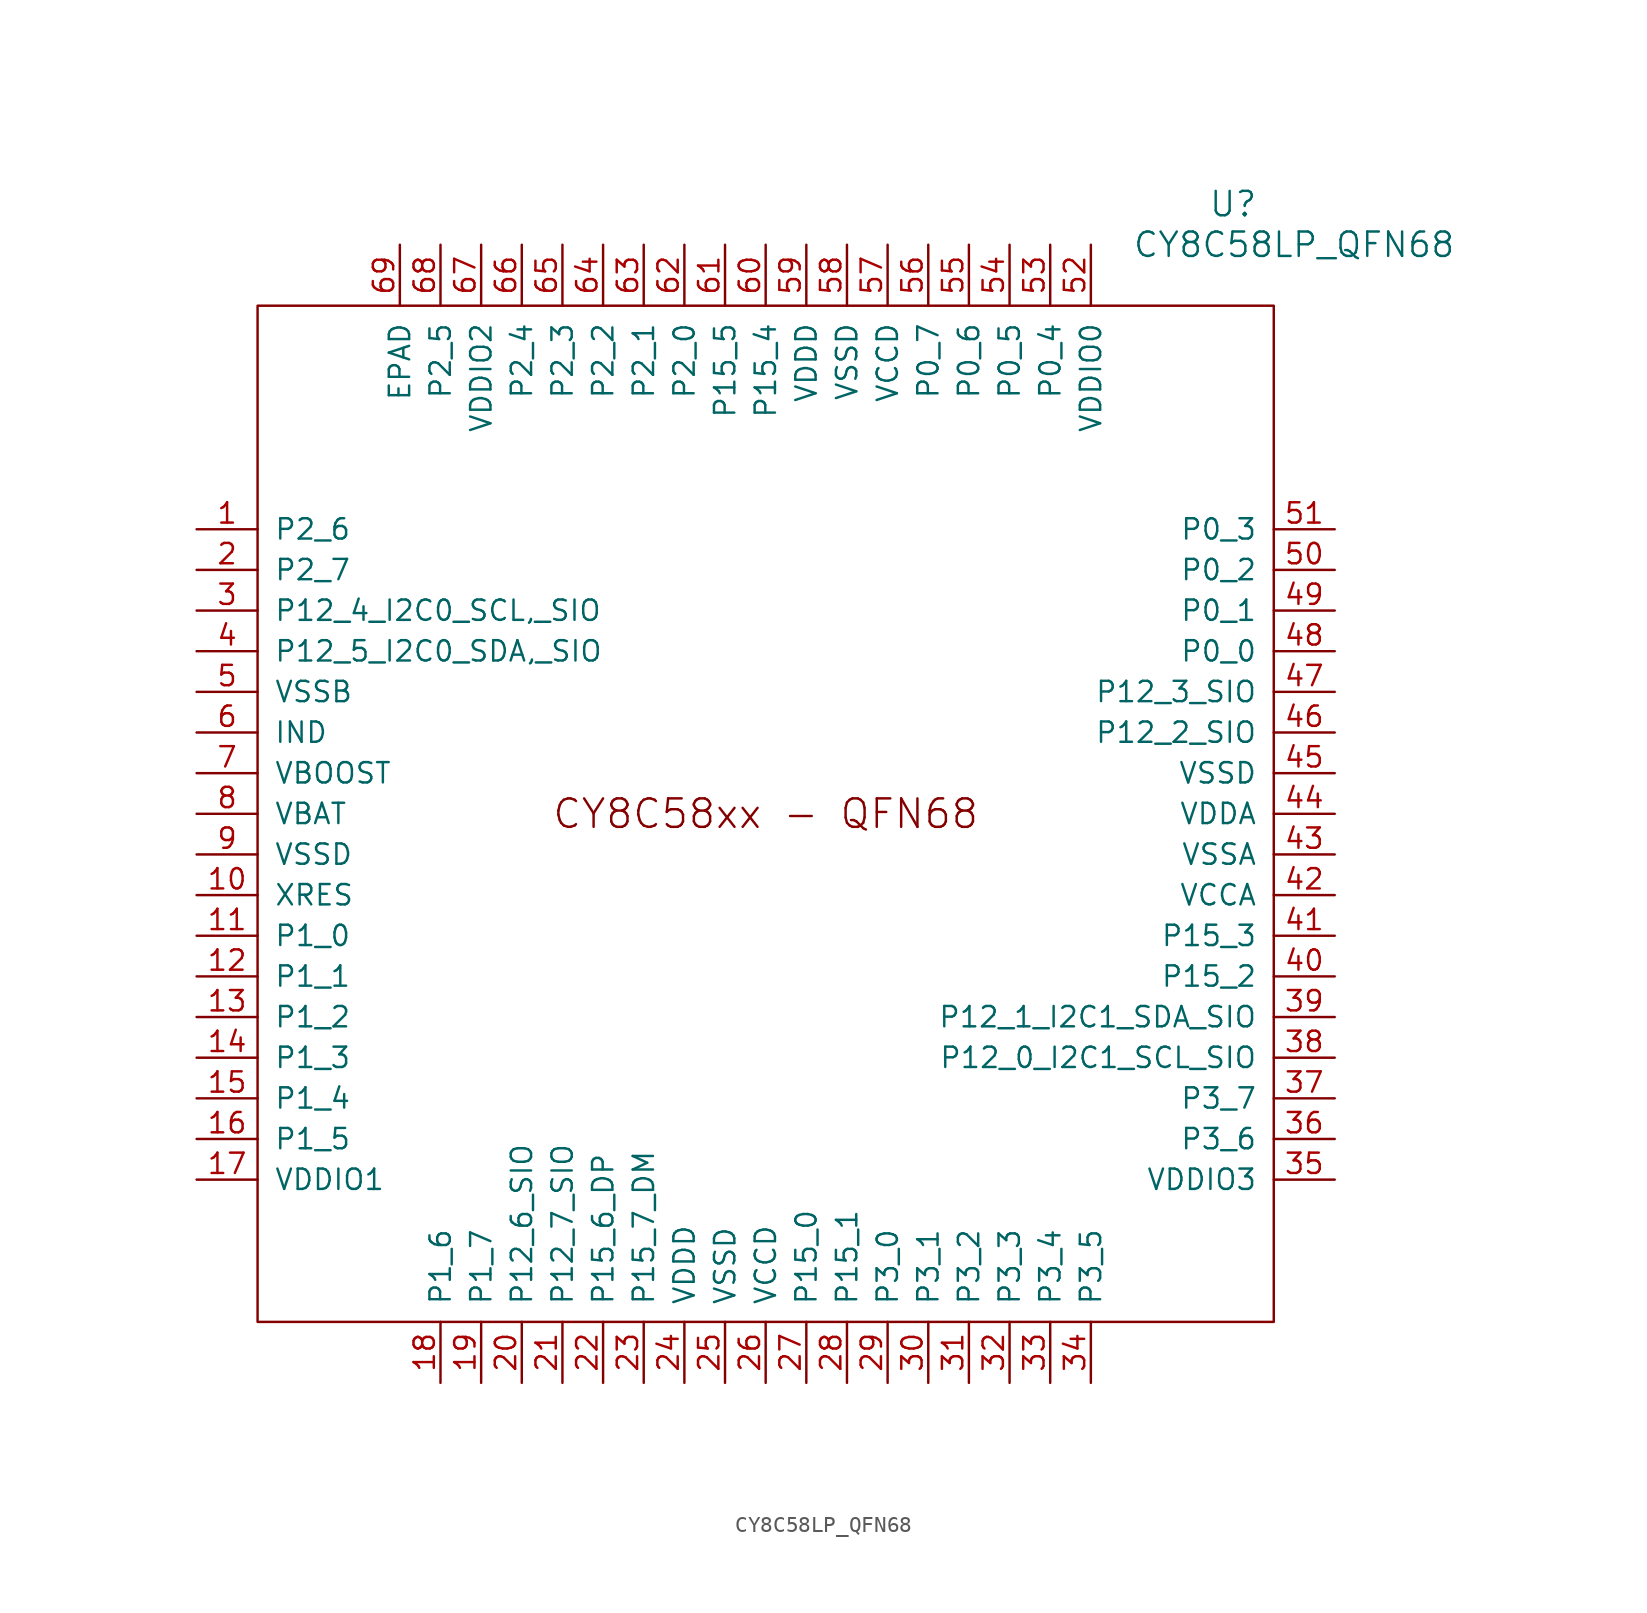
<source format=kicad_sym>
(kicad_symbol_lib
  (version 20220914)
  (generator kicad_symbol_editor)
  (symbol "CY8C58LP_QFN68"
    (pin_names
      (offset 1.016))
    (property "Reference" "U"
      (at 29.21 38.1 0)
      (effects (font (size 1.524 1.524))))
    (property "Value" "CY8C58LP_QFN68"
      (at 33.02 35.56 0)
      (effects (font (size 1.524 1.524))))
    (symbol "CY8C58LP_QFN68_0_0"
      (text "CY8C58xx - QFN68" (at 0 0 0) (effects (font (size 1.778 1.778)))))
    (symbol "CY8C58LP_QFN68_0_1"
      (rectangle (start -31.75 31.75) (end 31.75 -31.75) (stroke (width 0) (type default)) (fill (type none))))
    (symbol "CY8C58LP_QFN68_1_1"
      (pin input line (at -35.56 17.78 0) (length 3.81) (name "P2_6" (effects (font (size 1.27 1.27)))) (number "1" (effects (font (size 1.27 1.27)))))
      (pin input line (at -35.56 -5.08 0) (length 3.81) (name "XRES" (effects (font (size 1.27 1.27)))) (number "10" (effects (font (size 1.27 1.27)))))
      (pin input line (at -35.56 -7.62 0) (length 3.81) (name "P1_0" (effects (font (size 1.27 1.27)))) (number "11" (effects (font (size 1.27 1.27)))))
      (pin input line (at -35.56 -10.16 0) (length 3.81) (name "P1_1" (effects (font (size 1.27 1.27)))) (number "12" (effects (font (size 1.27 1.27)))))
      (pin input line (at -35.56 -12.7 0) (length 3.81) (name "P1_2" (effects (font (size 1.27 1.27)))) (number "13" (effects (font (size 1.27 1.27)))))
      (pin input line (at -35.56 -15.24 0) (length 3.81) (name "P1_3" (effects (font (size 1.27 1.27)))) (number "14" (effects (font (size 1.27 1.27)))))
      (pin input line (at -35.56 -17.78 0) (length 3.81) (name "P1_4" (effects (font (size 1.27 1.27)))) (number "15" (effects (font (size 1.27 1.27)))))
      (pin input line (at -35.56 -20.32 0) (length 3.81) (name "P1_5" (effects (font (size 1.27 1.27)))) (number "16" (effects (font (size 1.27 1.27)))))
      (pin input line (at -35.56 -22.86 0) (length 3.81) (name "VDDIO1" (effects (font (size 1.27 1.27)))) (number "17" (effects (font (size 1.27 1.27)))))
      (pin input line (at -20.32 -35.56 90) (length 3.81) (name "P1_6" (effects (font (size 1.27 1.27)))) (number "18" (effects (font (size 1.27 1.27)))))
      (pin input line (at -17.78 -35.56 90) (length 3.81) (name "P1_7" (effects (font (size 1.27 1.27)))) (number "19" (effects (font (size 1.27 1.27)))))
      (pin input line (at -35.56 15.24 0) (length 3.81) (name "P2_7" (effects (font (size 1.27 1.27)))) (number "2" (effects (font (size 1.27 1.27)))))
      (pin input line (at -15.24 -35.56 90) (length 3.81) (name "P12_6_SIO" (effects (font (size 1.27 1.27)))) (number "20" (effects (font (size 1.27 1.27)))))
      (pin input line (at -12.7 -35.56 90) (length 3.81) (name "P12_7_SIO" (effects (font (size 1.27 1.27)))) (number "21" (effects (font (size 1.27 1.27)))))
      (pin input line (at -10.16 -35.56 90) (length 3.81) (name "P15_6_DP" (effects (font (size 1.27 1.27)))) (number "22" (effects (font (size 1.27 1.27)))))
      (pin input line (at -7.62 -35.56 90) (length 3.81) (name "P15_7_DM" (effects (font (size 1.27 1.27)))) (number "23" (effects (font (size 1.27 1.27)))))
      (pin input line (at -5.08 -35.56 90) (length 3.81) (name "VDDD" (effects (font (size 1.27 1.27)))) (number "24" (effects (font (size 1.27 1.27)))))
      (pin input line (at -2.54 -35.56 90) (length 3.81) (name "VSSD" (effects (font (size 1.27 1.27)))) (number "25" (effects (font (size 1.27 1.27)))))
      (pin input line (at 0 -35.56 90) (length 3.81) (name "VCCD" (effects (font (size 1.27 1.27)))) (number "26" (effects (font (size 1.27 1.27)))))
      (pin input line (at 2.54 -35.56 90) (length 3.81) (name "P15_0" (effects (font (size 1.27 1.27)))) (number "27" (effects (font (size 1.27 1.27)))))
      (pin input line (at 5.08 -35.56 90) (length 3.81) (name "P15_1" (effects (font (size 1.27 1.27)))) (number "28" (effects (font (size 1.27 1.27)))))
      (pin input line (at 7.62 -35.56 90) (length 3.81) (name "P3_0" (effects (font (size 1.27 1.27)))) (number "29" (effects (font (size 1.27 1.27)))))
      (pin input line (at -35.56 12.7 0) (length 3.81) (name "P12_4_I2C0_SCL,_SIO" (effects (font (size 1.27 1.27)))) (number "3" (effects (font (size 1.27 1.27)))))
      (pin input line (at 10.16 -35.56 90) (length 3.81) (name "P3_1" (effects (font (size 1.27 1.27)))) (number "30" (effects (font (size 1.27 1.27)))))
      (pin input line (at 12.7 -35.56 90) (length 3.81) (name "P3_2" (effects (font (size 1.27 1.27)))) (number "31" (effects (font (size 1.27 1.27)))))
      (pin input line (at 15.24 -35.56 90) (length 3.81) (name "P3_3" (effects (font (size 1.27 1.27)))) (number "32" (effects (font (size 1.27 1.27)))))
      (pin input line (at 17.78 -35.56 90) (length 3.81) (name "P3_4" (effects (font (size 1.27 1.27)))) (number "33" (effects (font (size 1.27 1.27)))))
      (pin input line (at 20.32 -35.56 90) (length 3.81) (name "P3_5" (effects (font (size 1.27 1.27)))) (number "34" (effects (font (size 1.27 1.27)))))
      (pin input line (at 35.56 -22.86 180) (length 3.81) (name "VDDIO3" (effects (font (size 1.27 1.27)))) (number "35" (effects (font (size 1.27 1.27)))))
      (pin input line (at 35.56 -20.32 180) (length 3.81) (name "P3_6" (effects (font (size 1.27 1.27)))) (number "36" (effects (font (size 1.27 1.27)))))
      (pin input line (at 35.56 -17.78 180) (length 3.81) (name "P3_7" (effects (font (size 1.27 1.27)))) (number "37" (effects (font (size 1.27 1.27)))))
      (pin input line (at 35.56 -15.24 180) (length 3.81) (name "P12_0_I2C1_SCL_SIO" (effects (font (size 1.27 1.27)))) (number "38" (effects (font (size 1.27 1.27)))))
      (pin input line (at 35.56 -12.7 180) (length 3.81) (name "P12_1_I2C1_SDA_SIO" (effects (font (size 1.27 1.27)))) (number "39" (effects (font (size 1.27 1.27)))))
      (pin input line (at -35.56 10.16 0) (length 3.81) (name "P12_5_I2C0_SDA,_SIO" (effects (font (size 1.27 1.27)))) (number "4" (effects (font (size 1.27 1.27)))))
      (pin input line (at 35.56 -10.16 180) (length 3.81) (name "P15_2" (effects (font (size 1.27 1.27)))) (number "40" (effects (font (size 1.27 1.27)))))
      (pin input line (at 35.56 -7.62 180) (length 3.81) (name "P15_3" (effects (font (size 1.27 1.27)))) (number "41" (effects (font (size 1.27 1.27)))))
      (pin input line (at 35.56 -5.08 180) (length 3.81) (name "VCCA" (effects (font (size 1.27 1.27)))) (number "42" (effects (font (size 1.27 1.27)))))
      (pin input line (at 35.56 -2.54 180) (length 3.81) (name "VSSA" (effects (font (size 1.27 1.27)))) (number "43" (effects (font (size 1.27 1.27)))))
      (pin input line (at 35.56 0 180) (length 3.81) (name "VDDA" (effects (font (size 1.27 1.27)))) (number "44" (effects (font (size 1.27 1.27)))))
      (pin input line (at 35.56 2.54 180) (length 3.81) (name "VSSD" (effects (font (size 1.27 1.27)))) (number "45" (effects (font (size 1.27 1.27)))))
      (pin input line (at 35.56 5.08 180) (length 3.81) (name "P12_2_SIO" (effects (font (size 1.27 1.27)))) (number "46" (effects (font (size 1.27 1.27)))))
      (pin input line (at 35.56 7.62 180) (length 3.81) (name "P12_3_SIO" (effects (font (size 1.27 1.27)))) (number "47" (effects (font (size 1.27 1.27)))))
      (pin input line (at 35.56 10.16 180) (length 3.81) (name "P0_0" (effects (font (size 1.27 1.27)))) (number "48" (effects (font (size 1.27 1.27)))))
      (pin input line (at 35.56 12.7 180) (length 3.81) (name "P0_1" (effects (font (size 1.27 1.27)))) (number "49" (effects (font (size 1.27 1.27)))))
      (pin input line (at -35.56 7.62 0) (length 3.81) (name "VSSB" (effects (font (size 1.27 1.27)))) (number "5" (effects (font (size 1.27 1.27)))))
      (pin input line (at 35.56 15.24 180) (length 3.81) (name "P0_2" (effects (font (size 1.27 1.27)))) (number "50" (effects (font (size 1.27 1.27)))))
      (pin input line (at 35.56 17.78 180) (length 3.81) (name "P0_3" (effects (font (size 1.27 1.27)))) (number "51" (effects (font (size 1.27 1.27)))))
      (pin input line (at 20.32 35.56 270) (length 3.81) (name "VDDIO0" (effects (font (size 1.27 1.27)))) (number "52" (effects (font (size 1.27 1.27)))))
      (pin input line (at 17.78 35.56 270) (length 3.81) (name "P0_4" (effects (font (size 1.27 1.27)))) (number "53" (effects (font (size 1.27 1.27)))))
      (pin input line (at 15.24 35.56 270) (length 3.81) (name "P0_5" (effects (font (size 1.27 1.27)))) (number "54" (effects (font (size 1.27 1.27)))))
      (pin input line (at 12.7 35.56 270) (length 3.81) (name "P0_6" (effects (font (size 1.27 1.27)))) (number "55" (effects (font (size 1.27 1.27)))))
      (pin input line (at 10.16 35.56 270) (length 3.81) (name "P0_7" (effects (font (size 1.27 1.27)))) (number "56" (effects (font (size 1.27 1.27)))))
      (pin input line (at 7.62 35.56 270) (length 3.81) (name "VCCD" (effects (font (size 1.27 1.27)))) (number "57" (effects (font (size 1.27 1.27)))))
      (pin input line (at 5.08 35.56 270) (length 3.81) (name "VSSD" (effects (font (size 1.27 1.27)))) (number "58" (effects (font (size 1.27 1.27)))))
      (pin input line (at 2.54 35.56 270) (length 3.81) (name "VDDD" (effects (font (size 1.27 1.27)))) (number "59" (effects (font (size 1.27 1.27)))))
      (pin input line (at -35.56 5.08 0) (length 3.81) (name "IND" (effects (font (size 1.27 1.27)))) (number "6" (effects (font (size 1.27 1.27)))))
      (pin input line (at 0 35.56 270) (length 3.81) (name "P15_4" (effects (font (size 1.27 1.27)))) (number "60" (effects (font (size 1.27 1.27)))))
      (pin input line (at -2.54 35.56 270) (length 3.81) (name "P15_5" (effects (font (size 1.27 1.27)))) (number "61" (effects (font (size 1.27 1.27)))))
      (pin input line (at -5.08 35.56 270) (length 3.81) (name "P2_0" (effects (font (size 1.27 1.27)))) (number "62" (effects (font (size 1.27 1.27)))))
      (pin input line (at -7.62 35.56 270) (length 3.81) (name "P2_1" (effects (font (size 1.27 1.27)))) (number "63" (effects (font (size 1.27 1.27)))))
      (pin input line (at -10.16 35.56 270) (length 3.81) (name "P2_2" (effects (font (size 1.27 1.27)))) (number "64" (effects (font (size 1.27 1.27)))))
      (pin input line (at -12.7 35.56 270) (length 3.81) (name "P2_3" (effects (font (size 1.27 1.27)))) (number "65" (effects (font (size 1.27 1.27)))))
      (pin input line (at -15.24 35.56 270) (length 3.81) (name "P2_4" (effects (font (size 1.27 1.27)))) (number "66" (effects (font (size 1.27 1.27)))))
      (pin input line (at -17.78 35.56 270) (length 3.81) (name "VDDIO2" (effects (font (size 1.27 1.27)))) (number "67" (effects (font (size 1.27 1.27)))))
      (pin input line (at -20.32 35.56 270) (length 3.81) (name "P2_5" (effects (font (size 1.27 1.27)))) (number "68" (effects (font (size 1.27 1.27)))))
      (pin input line (at -22.86 35.56 270) (length 3.81) (name "EPAD" (effects (font (size 1.27 1.27)))) (number "69" (effects (font (size 1.27 1.27)))))
      (pin input line (at -35.56 2.54 0) (length 3.81) (name "VBOOST" (effects (font (size 1.27 1.27)))) (number "7" (effects (font (size 1.27 1.27)))))
      (pin input line (at -35.56 0 0) (length 3.81) (name "VBAT" (effects (font (size 1.27 1.27)))) (number "8" (effects (font (size 1.27 1.27)))))
      (pin input line (at -35.56 -2.54 0) (length 3.81) (name "VSSD" (effects (font (size 1.27 1.27)))) (number "9" (effects (font (size 1.27 1.27))))))))
</source>
